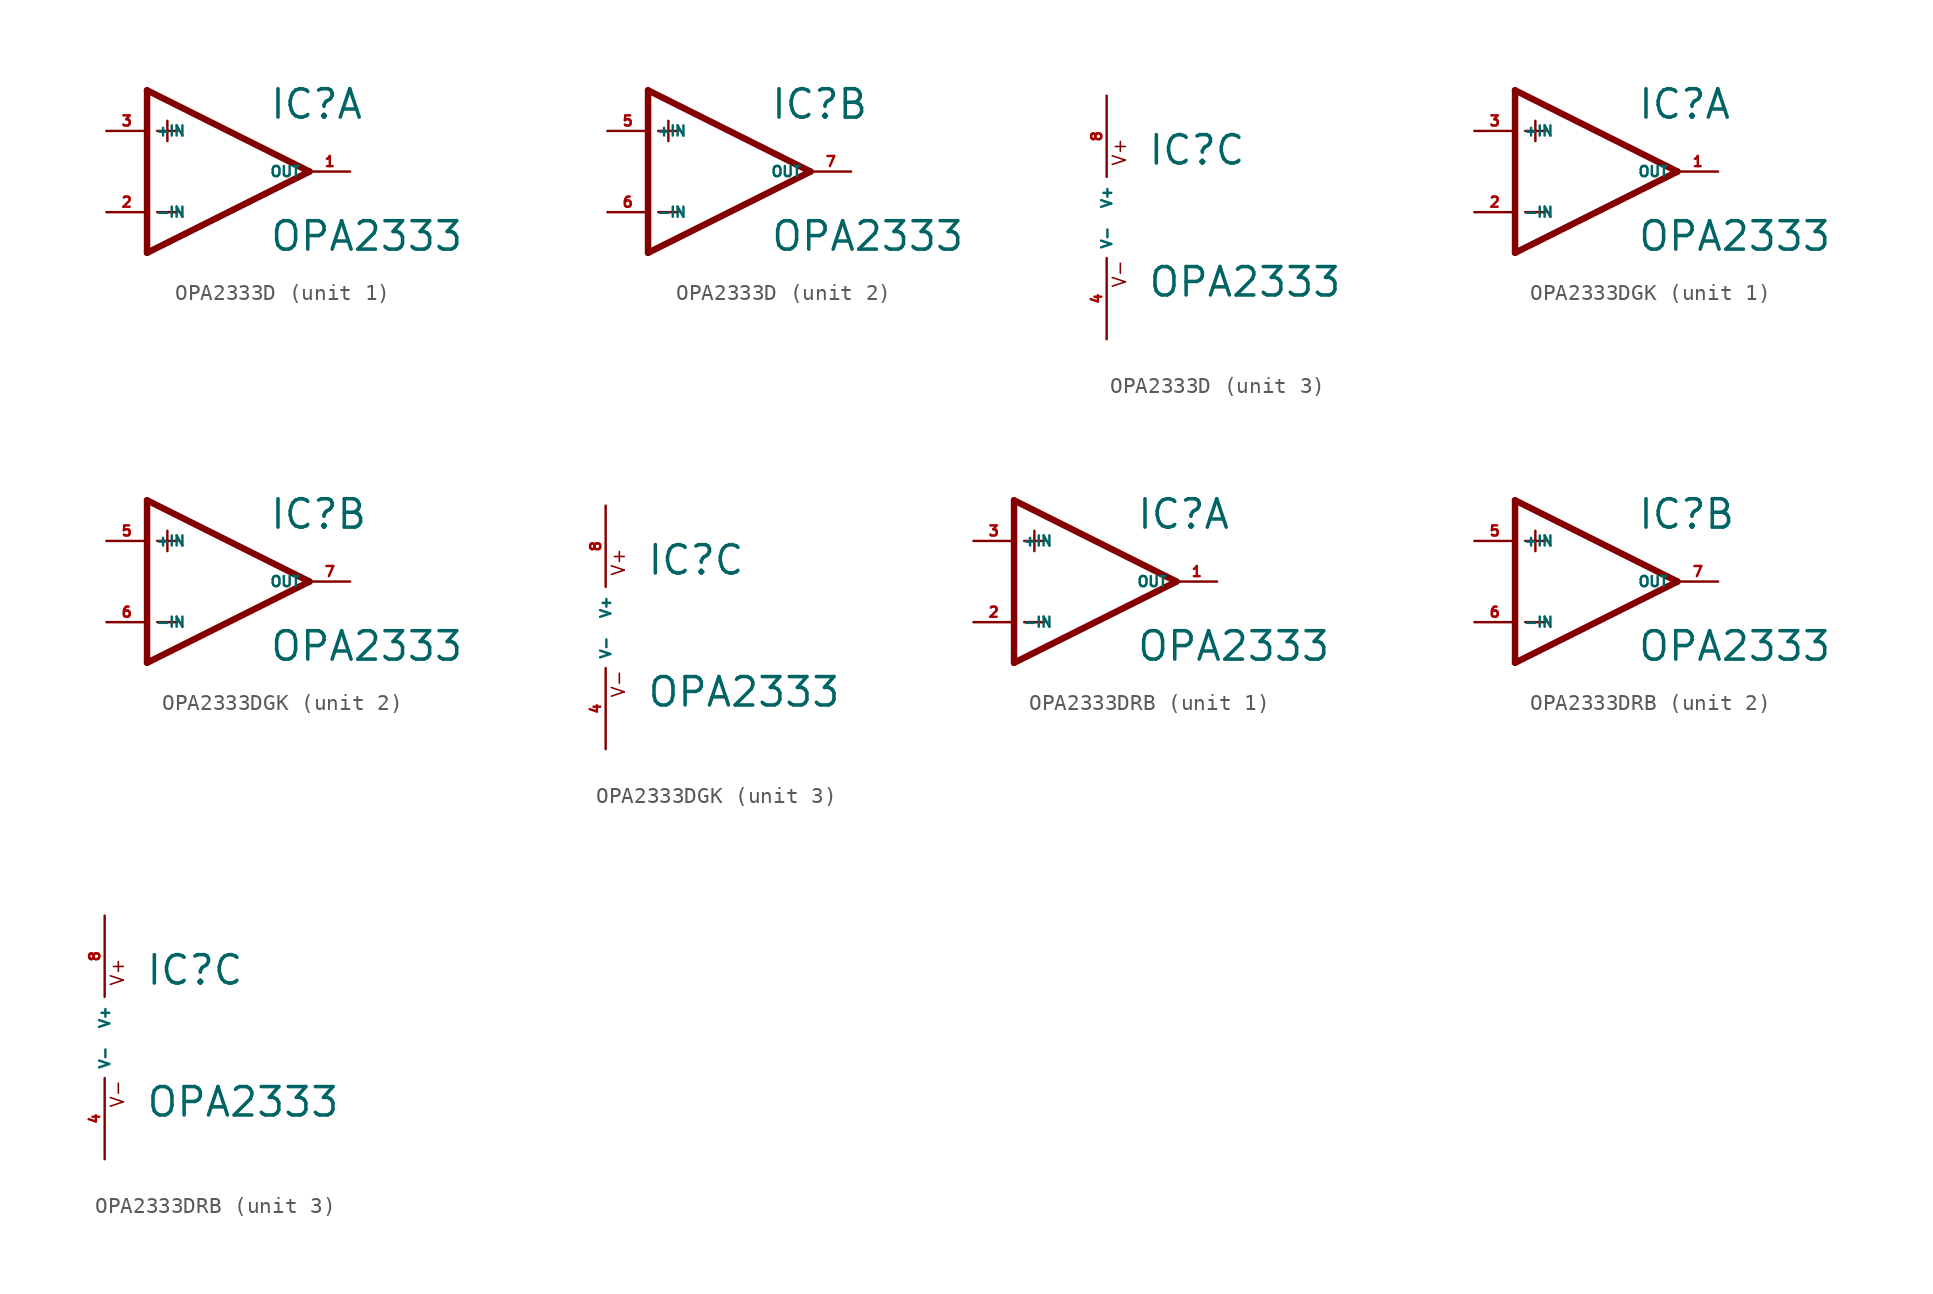
<source format=kicad_sym>
(kicad_symbol_lib
  (version 20220914)
  (generator Eagle2Kicad)
  (symbol "OPA2333D"
    (property "Reference" "IC"
      (at 2.54 3.175 0)
      (effects (font (size 1.778 1.778) (thickness 0.22)) (justify left bottom)))
    (property "Value" "OPA2333"
      (at 2.54 -5.08 0)
      (effects (font (size 1.778 1.778) (thickness 0.22)) (justify left bottom)))
    (symbol "OPA2333D_1_0"
      (polyline (pts (xy -5.08 5.08) (xy -5.08 -5.08)) (stroke (width 0.406) (type default)) (fill (type none)))
      (polyline (pts (xy -5.08 -5.08) (xy 5.08 0)) (stroke (width 0.406) (type default)) (fill (type none)))
      (polyline (pts (xy 5.08 0) (xy -5.08 5.08)) (stroke (width 0.406) (type default)) (fill (type none)))
      (polyline (pts (xy -3.81 3.175) (xy -3.81 1.905)) (stroke (width 0.152) (type default)) (fill (type none)))
      (polyline (pts (xy -4.445 2.54) (xy -3.175 2.54)) (stroke (width 0.152) (type default)) (fill (type none)))
      (polyline (pts (xy -4.445 -2.54) (xy -3.175 -2.54)) (stroke (width 0.152) (type default)) (fill (type none)))
      (pin input line (at -7.62 -2.54 0) (length 2.54) (name "-IN" (effects (font (size 0.635 0.635) (thickness 0.08)) (justify left bottom))) (number "2" (effects (font (size 0.635 0.635) (thickness 0.08)) (justify left bottom))))
      (pin input line (at -7.62 2.54 0) (length 2.54) (name "+IN" (effects (font (size 0.635 0.635) (thickness 0.08)) (justify left bottom))) (number "3" (effects (font (size 0.635 0.635) (thickness 0.08)) (justify left bottom))))
      (pin output line (at 7.62 0 180) (length 2.54) (name "OUT" (effects (font (size 0.635 0.635) (thickness 0.08)) (justify left bottom))) (number "1" (effects (font (size 0.635 0.635) (thickness 0.08)) (justify left bottom)))))
    (symbol "OPA2333D_2_0"
      (polyline (pts (xy -5.08 5.08) (xy -5.08 -5.08)) (stroke (width 0.406) (type default)) (fill (type none)))
      (polyline (pts (xy -5.08 -5.08) (xy 5.08 0)) (stroke (width 0.406) (type default)) (fill (type none)))
      (polyline (pts (xy 5.08 0) (xy -5.08 5.08)) (stroke (width 0.406) (type default)) (fill (type none)))
      (polyline (pts (xy -3.81 3.175) (xy -3.81 1.905)) (stroke (width 0.152) (type default)) (fill (type none)))
      (polyline (pts (xy -4.445 2.54) (xy -3.175 2.54)) (stroke (width 0.152) (type default)) (fill (type none)))
      (polyline (pts (xy -4.445 -2.54) (xy -3.175 -2.54)) (stroke (width 0.152) (type default)) (fill (type none)))
      (pin input line (at -7.62 -2.54 0) (length 2.54) (name "-IN" (effects (font (size 0.635 0.635) (thickness 0.08)) (justify left bottom))) (number "6" (effects (font (size 0.635 0.635) (thickness 0.08)) (justify left bottom))))
      (pin input line (at -7.62 2.54 0) (length 2.54) (name "+IN" (effects (font (size 0.635 0.635) (thickness 0.08)) (justify left bottom))) (number "5" (effects (font (size 0.635 0.635) (thickness 0.08)) (justify left bottom))))
      (pin output line (at 7.62 0 180) (length 2.54) (name "OUT" (effects (font (size 0.635 0.635) (thickness 0.08)) (justify left bottom))) (number "7" (effects (font (size 0.635 0.635) (thickness 0.08)) (justify left bottom)))))
    (symbol "OPA2333D_3_0"
      (text "V+" (at 1.27 3.175 900) (effects (font (size 0.813 0.813) (thickness 0.10)) (justify left bottom)))
      (text "V-" (at 1.27 -4.445 900) (effects (font (size 0.813 0.813) (thickness 0.10)) (justify left bottom)))
      (pin unspecified line (at 0 7.62 270) (length 5.08) (name "V+" (effects (font (size 0.635 0.635) (thickness 0.08)) (justify left bottom))) (number "8" (effects (font (size 0.635 0.635) (thickness 0.08)) (justify left bottom))))
      (pin unspecified line (at 0 -7.62 90) (length 5.08) (name "V-" (effects (font (size 0.635 0.635) (thickness 0.08)) (justify left bottom))) (number "4" (effects (font (size 0.635 0.635) (thickness 0.08)) (justify left bottom))))))
  (symbol "OPA2333DGK"
    (property "Reference" "IC"
      (at 2.54 3.175 0)
      (effects (font (size 1.778 1.778) (thickness 0.22)) (justify left bottom)))
    (property "Value" "OPA2333"
      (at 2.54 -5.08 0)
      (effects (font (size 1.778 1.778) (thickness 0.22)) (justify left bottom)))
    (symbol "OPA2333DGK_1_0"
      (polyline (pts (xy -5.08 5.08) (xy -5.08 -5.08)) (stroke (width 0.406) (type default)) (fill (type none)))
      (polyline (pts (xy -5.08 -5.08) (xy 5.08 0)) (stroke (width 0.406) (type default)) (fill (type none)))
      (polyline (pts (xy 5.08 0) (xy -5.08 5.08)) (stroke (width 0.406) (type default)) (fill (type none)))
      (polyline (pts (xy -3.81 3.175) (xy -3.81 1.905)) (stroke (width 0.152) (type default)) (fill (type none)))
      (polyline (pts (xy -4.445 2.54) (xy -3.175 2.54)) (stroke (width 0.152) (type default)) (fill (type none)))
      (polyline (pts (xy -4.445 -2.54) (xy -3.175 -2.54)) (stroke (width 0.152) (type default)) (fill (type none)))
      (pin input line (at -7.62 -2.54 0) (length 2.54) (name "-IN" (effects (font (size 0.635 0.635) (thickness 0.08)) (justify left bottom))) (number "2" (effects (font (size 0.635 0.635) (thickness 0.08)) (justify left bottom))))
      (pin input line (at -7.62 2.54 0) (length 2.54) (name "+IN" (effects (font (size 0.635 0.635) (thickness 0.08)) (justify left bottom))) (number "3" (effects (font (size 0.635 0.635) (thickness 0.08)) (justify left bottom))))
      (pin output line (at 7.62 0 180) (length 2.54) (name "OUT" (effects (font (size 0.635 0.635) (thickness 0.08)) (justify left bottom))) (number "1" (effects (font (size 0.635 0.635) (thickness 0.08)) (justify left bottom)))))
    (symbol "OPA2333DGK_2_0"
      (polyline (pts (xy -5.08 5.08) (xy -5.08 -5.08)) (stroke (width 0.406) (type default)) (fill (type none)))
      (polyline (pts (xy -5.08 -5.08) (xy 5.08 0)) (stroke (width 0.406) (type default)) (fill (type none)))
      (polyline (pts (xy 5.08 0) (xy -5.08 5.08)) (stroke (width 0.406) (type default)) (fill (type none)))
      (polyline (pts (xy -3.81 3.175) (xy -3.81 1.905)) (stroke (width 0.152) (type default)) (fill (type none)))
      (polyline (pts (xy -4.445 2.54) (xy -3.175 2.54)) (stroke (width 0.152) (type default)) (fill (type none)))
      (polyline (pts (xy -4.445 -2.54) (xy -3.175 -2.54)) (stroke (width 0.152) (type default)) (fill (type none)))
      (pin input line (at -7.62 -2.54 0) (length 2.54) (name "-IN" (effects (font (size 0.635 0.635) (thickness 0.08)) (justify left bottom))) (number "6" (effects (font (size 0.635 0.635) (thickness 0.08)) (justify left bottom))))
      (pin input line (at -7.62 2.54 0) (length 2.54) (name "+IN" (effects (font (size 0.635 0.635) (thickness 0.08)) (justify left bottom))) (number "5" (effects (font (size 0.635 0.635) (thickness 0.08)) (justify left bottom))))
      (pin output line (at 7.62 0 180) (length 2.54) (name "OUT" (effects (font (size 0.635 0.635) (thickness 0.08)) (justify left bottom))) (number "7" (effects (font (size 0.635 0.635) (thickness 0.08)) (justify left bottom)))))
    (symbol "OPA2333DGK_3_0"
      (text "V+" (at 1.27 3.175 900) (effects (font (size 0.813 0.813) (thickness 0.10)) (justify left bottom)))
      (text "V-" (at 1.27 -4.445 900) (effects (font (size 0.813 0.813) (thickness 0.10)) (justify left bottom)))
      (pin unspecified line (at 0 7.62 270) (length 5.08) (name "V+" (effects (font (size 0.635 0.635) (thickness 0.08)) (justify left bottom))) (number "8" (effects (font (size 0.635 0.635) (thickness 0.08)) (justify left bottom))))
      (pin unspecified line (at 0 -7.62 90) (length 5.08) (name "V-" (effects (font (size 0.635 0.635) (thickness 0.08)) (justify left bottom))) (number "4" (effects (font (size 0.635 0.635) (thickness 0.08)) (justify left bottom))))))
  (symbol "OPA2333DRB"
    (property "Reference" "IC"
      (at 2.54 3.175 0)
      (effects (font (size 1.778 1.778) (thickness 0.22)) (justify left bottom)))
    (property "Value" "OPA2333"
      (at 2.54 -5.08 0)
      (effects (font (size 1.778 1.778) (thickness 0.22)) (justify left bottom)))
    (symbol "OPA2333DRB_1_0"
      (polyline (pts (xy -5.08 5.08) (xy -5.08 -5.08)) (stroke (width 0.406) (type default)) (fill (type none)))
      (polyline (pts (xy -5.08 -5.08) (xy 5.08 0)) (stroke (width 0.406) (type default)) (fill (type none)))
      (polyline (pts (xy 5.08 0) (xy -5.08 5.08)) (stroke (width 0.406) (type default)) (fill (type none)))
      (polyline (pts (xy -3.81 3.175) (xy -3.81 1.905)) (stroke (width 0.152) (type default)) (fill (type none)))
      (polyline (pts (xy -4.445 2.54) (xy -3.175 2.54)) (stroke (width 0.152) (type default)) (fill (type none)))
      (polyline (pts (xy -4.445 -2.54) (xy -3.175 -2.54)) (stroke (width 0.152) (type default)) (fill (type none)))
      (pin input line (at -7.62 -2.54 0) (length 2.54) (name "-IN" (effects (font (size 0.635 0.635) (thickness 0.08)) (justify left bottom))) (number "2" (effects (font (size 0.635 0.635) (thickness 0.08)) (justify left bottom))))
      (pin input line (at -7.62 2.54 0) (length 2.54) (name "+IN" (effects (font (size 0.635 0.635) (thickness 0.08)) (justify left bottom))) (number "3" (effects (font (size 0.635 0.635) (thickness 0.08)) (justify left bottom))))
      (pin output line (at 7.62 0 180) (length 2.54) (name "OUT" (effects (font (size 0.635 0.635) (thickness 0.08)) (justify left bottom))) (number "1" (effects (font (size 0.635 0.635) (thickness 0.08)) (justify left bottom)))))
    (symbol "OPA2333DRB_2_0"
      (polyline (pts (xy -5.08 5.08) (xy -5.08 -5.08)) (stroke (width 0.406) (type default)) (fill (type none)))
      (polyline (pts (xy -5.08 -5.08) (xy 5.08 0)) (stroke (width 0.406) (type default)) (fill (type none)))
      (polyline (pts (xy 5.08 0) (xy -5.08 5.08)) (stroke (width 0.406) (type default)) (fill (type none)))
      (polyline (pts (xy -3.81 3.175) (xy -3.81 1.905)) (stroke (width 0.152) (type default)) (fill (type none)))
      (polyline (pts (xy -4.445 2.54) (xy -3.175 2.54)) (stroke (width 0.152) (type default)) (fill (type none)))
      (polyline (pts (xy -4.445 -2.54) (xy -3.175 -2.54)) (stroke (width 0.152) (type default)) (fill (type none)))
      (pin input line (at -7.62 -2.54 0) (length 2.54) (name "-IN" (effects (font (size 0.635 0.635) (thickness 0.08)) (justify left bottom))) (number "6" (effects (font (size 0.635 0.635) (thickness 0.08)) (justify left bottom))))
      (pin input line (at -7.62 2.54 0) (length 2.54) (name "+IN" (effects (font (size 0.635 0.635) (thickness 0.08)) (justify left bottom))) (number "5" (effects (font (size 0.635 0.635) (thickness 0.08)) (justify left bottom))))
      (pin output line (at 7.62 0 180) (length 2.54) (name "OUT" (effects (font (size 0.635 0.635) (thickness 0.08)) (justify left bottom))) (number "7" (effects (font (size 0.635 0.635) (thickness 0.08)) (justify left bottom)))))
    (symbol "OPA2333DRB_3_0"
      (text "V+" (at 1.27 3.175 900) (effects (font (size 0.813 0.813) (thickness 0.10)) (justify left bottom)))
      (text "V-" (at 1.27 -4.445 900) (effects (font (size 0.813 0.813) (thickness 0.10)) (justify left bottom)))
      (pin unspecified line (at 0 7.62 270) (length 5.08) (name "V+" (effects (font (size 0.635 0.635) (thickness 0.08)) (justify left bottom))) (number "8" (effects (font (size 0.635 0.635) (thickness 0.08)) (justify left bottom))))
      (pin unspecified line (at 0 -7.62 90) (length 5.08) (name "V-" (effects (font (size 0.635 0.635) (thickness 0.08)) (justify left bottom))) (number "4" (effects (font (size 0.635 0.635) (thickness 0.08)) (justify left bottom)))))))
</source>
